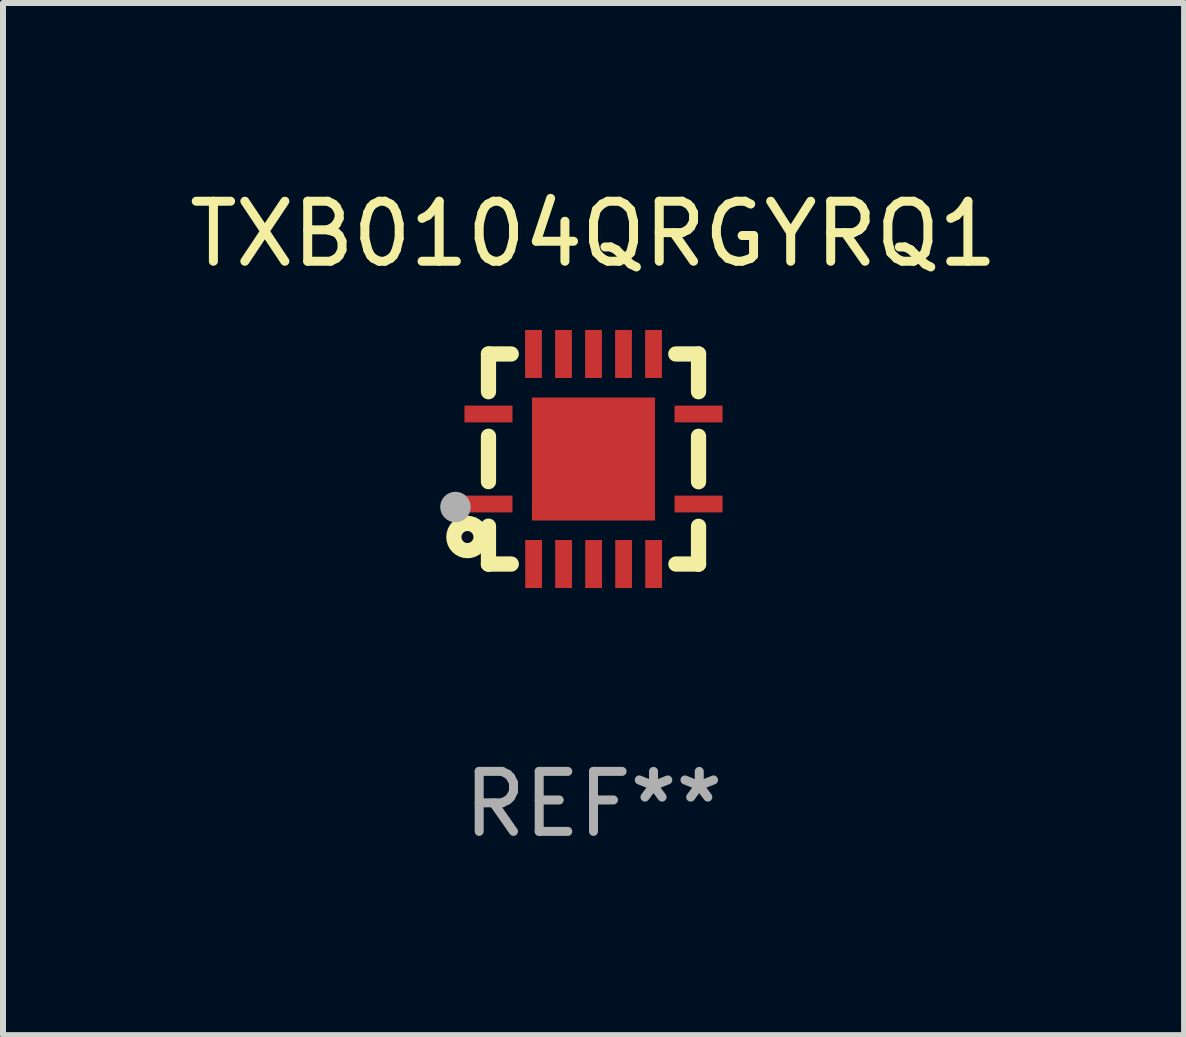
<source format=kicad_pcb>
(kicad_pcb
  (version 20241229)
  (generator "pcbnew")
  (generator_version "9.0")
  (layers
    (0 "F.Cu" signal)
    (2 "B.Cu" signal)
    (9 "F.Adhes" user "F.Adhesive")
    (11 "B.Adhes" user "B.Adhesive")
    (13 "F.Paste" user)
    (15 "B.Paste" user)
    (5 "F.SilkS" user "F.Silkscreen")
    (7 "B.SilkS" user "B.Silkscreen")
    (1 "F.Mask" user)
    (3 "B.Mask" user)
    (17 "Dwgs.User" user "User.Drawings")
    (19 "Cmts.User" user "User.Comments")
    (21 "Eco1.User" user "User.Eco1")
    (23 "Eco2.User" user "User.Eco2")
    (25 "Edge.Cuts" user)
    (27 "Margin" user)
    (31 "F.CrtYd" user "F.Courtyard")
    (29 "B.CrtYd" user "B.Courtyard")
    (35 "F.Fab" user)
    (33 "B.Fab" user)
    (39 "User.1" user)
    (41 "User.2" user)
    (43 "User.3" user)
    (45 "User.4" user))
  (footprint "TXB0104QRGYRQ1"
    (layer "F.Cu")
    (at 6.839 4.598)
    (property "Reference" "TXB0104QRGYRQ1" (at 0 -3.75 0) (layer "F.SilkS") (effects (font (size 1 1) (thickness 0.15))))
    (attr through_hole)
    (fp_line (start -1.75 1.75) (end -1.37 1.75) (stroke (width 0.254) (type solid)) (layer "F.SilkS"))
    (fp_line (start -1.75 -1.75) (end -1.75 -1.121) (stroke (width 0.254) (type solid)) (layer "F.SilkS"))
    (fp_line (start -1.75 -0.379) (end -1.75 0.377) (stroke (width 0.254) (type solid)) (layer "F.SilkS"))
    (fp_line (start -1.75 1.119) (end -1.75 1.75) (stroke (width 0.254) (type solid)) (layer "F.SilkS"))
    (fp_line (start -1.75 1.75) (end -1.75 1.75) (stroke (width 0.254) (type solid)) (layer "F.SilkS"))
    (fp_line (start -1.371 -1.75) (end -1.75 -1.75) (stroke (width 0.254) (type solid)) (layer "F.SilkS"))
    (fp_line (start 1.373 1.75) (end 1.75 1.75) (stroke (width 0.254) (type solid)) (layer "F.SilkS"))
    (fp_line (start 1.75 1.75) (end 1.75 1.75) (stroke (width 0.254) (type solid)) (layer "F.SilkS"))
    (fp_line (start 1.75 -1.75) (end 1.371 -1.75) (stroke (width 0.254) (type solid)) (layer "F.SilkS"))
    (fp_line (start 1.75 -1.121) (end 1.75 -1.75) (stroke (width 0.254) (type solid)) (layer "F.SilkS"))
    (fp_line (start 1.75 0.379) (end 1.75 -0.379) (stroke (width 0.254) (type solid)) (layer "F.SilkS"))
    (fp_line (start 1.75 1.75) (end 1.75 1.121) (stroke (width 0.254) (type solid)) (layer "F.SilkS"))
    (fp_circle (center -2.1 1.3) (end -2 1.3) (stroke (width 0.254) (type solid)) (fill no) (layer "F.SilkS"))
    (fp_circle (center -1.747 1.751) (end -1.717 1.751) (stroke (width 0.06) (type solid)) (fill no) (layer "F.SilkS"))
    (fp_circle (center -2.3 0.8) (end -2.173 0.8) (stroke (width 0.254) (type solid)) (fill no) (layer "F.Fab"))
    (fp_text user "REF**" (at 0 5.75 0) (layer "F.Fab") (effects (font (size 1 1) (thickness 0.15))))
    (pad "1" smd rect (at -1.75 0.75 270) (size 0.28 0.8) (layers "F.Cu" "F.Mask" "F.Paste"))
    (pad "2" smd rect (at -0.998 1.75 180) (size 0.28 0.8) (layers "F.Cu" "F.Mask" "F.Paste"))
    (pad "3" smd rect (at -0.498 1.75 180) (size 0.28 0.8) (layers "F.Cu" "F.Mask" "F.Paste"))
    (pad "4" smd rect (at 0.002 1.75 180) (size 0.28 0.8) (layers "F.Cu" "F.Mask" "F.Paste"))
    (pad "5" smd rect (at 0.502 1.75 180) (size 0.28 0.8) (layers "F.Cu" "F.Mask" "F.Paste"))
    (pad "6" smd rect (at 1.002 1.75 180) (size 0.28 0.8) (layers "F.Cu" "F.Mask" "F.Paste"))
    (pad "7" smd rect (at 1.75 0.75 270) (size 0.28 0.8) (layers "F.Cu" "F.Mask" "F.Paste"))
    (pad "8" smd rect (at 1.75 -0.75 270) (size 0.28 0.8) (layers "F.Cu" "F.Mask" "F.Paste"))
    (pad "9" smd rect (at 1 -1.75) (size 0.28 0.8) (layers "F.Cu" "F.Mask" "F.Paste"))
    (pad "10" smd rect (at 0.5 -1.75) (size 0.28 0.8) (layers "F.Cu" "F.Mask" "F.Paste"))
    (pad "11" smd rect (at 0 -1.75) (size 0.28 0.8) (layers "F.Cu" "F.Mask" "F.Paste"))
    (pad "12" smd rect (at -0.5 -1.75) (size 0.28 0.8) (layers "F.Cu" "F.Mask" "F.Paste"))
    (pad "13" smd rect (at -1 -1.75) (size 0.28 0.8) (layers "F.Cu" "F.Mask" "F.Paste"))
    (pad "14" smd rect (at -1.75 -0.75 90) (size 0.28 0.8) (layers "F.Cu" "F.Mask" "F.Paste"))
    (pad "15" smd rect (at 0 0 180) (size 2.05 2.05) (layers "F.Cu" "F.Mask" "F.Paste")))
  (gr_rect
    (start -3 -3)
    (end 16.679 14.197)
    (stroke (width 0.1) (type default))
    (fill no)
    (layer "Edge.Cuts")))
</source>
